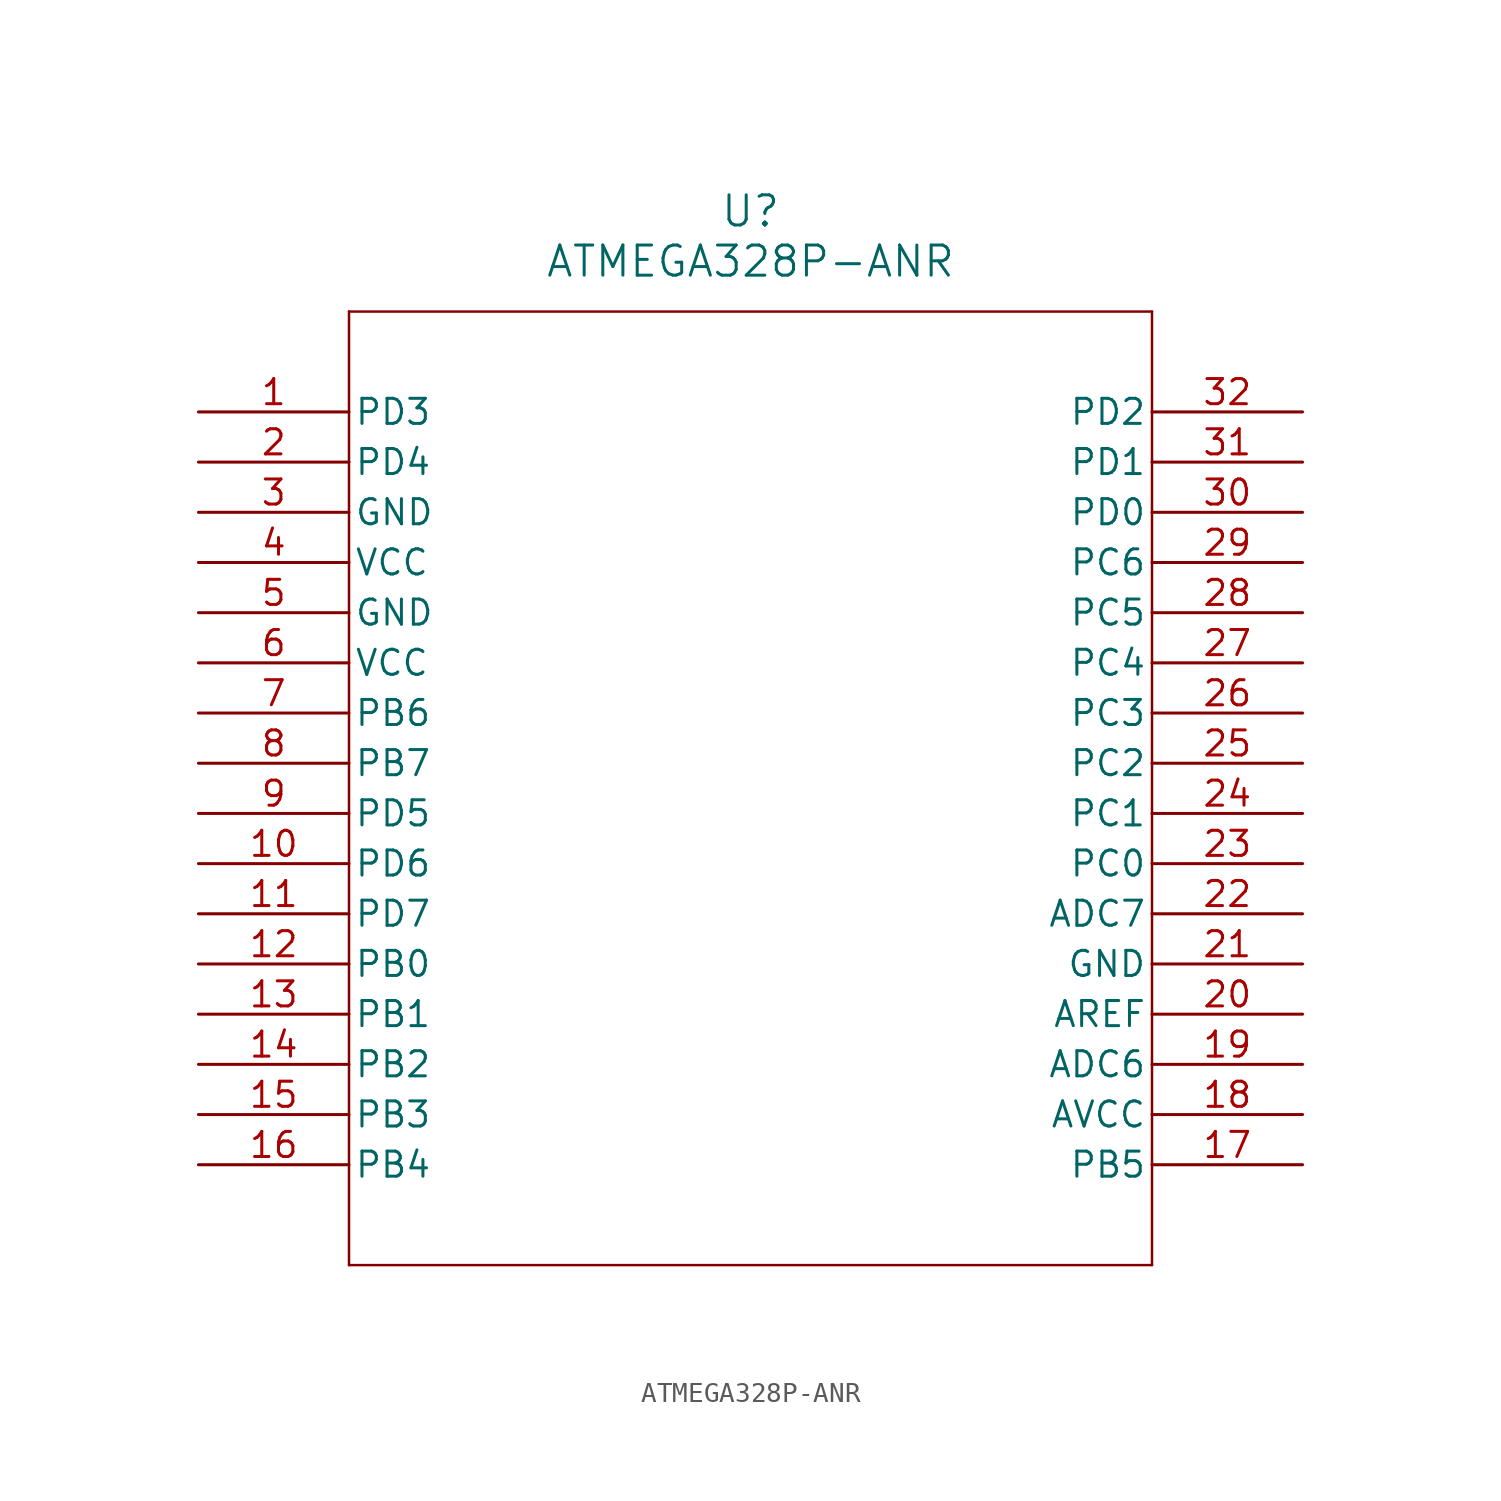
<source format=kicad_sym>
(kicad_symbol_lib
  (version 20241209)
  (generator "kicad_symbol_editor")
  (generator_version "9.0")
  (symbol "ATMEGA328P-ANR"
    (pin_names
      (offset 0.254))
    (property "Reference" "U"
      (at 27.94 10.16 0)
      (effects (font (size 1.524 1.524))))
    (property "Value" "ATMEGA328P-ANR"
      (at 27.94 7.62 0)
      (effects (font (size 1.524 1.524))))
    (property "ki_locked" ""
      (at 0 0 0)
      (effects (font (size 1.27 1.27))))
    (symbol "ATMEGA328P-ANR_0_1"
      (polyline (pts (xy 7.62 5.08) (xy 7.62 -43.18)) (stroke (width 0.127) (type default)) (fill (type none)))
      (polyline (pts (xy 7.62 -43.18) (xy 48.26 -43.18)) (stroke (width 0.127) (type default)) (fill (type none)))
      (polyline (pts (xy 48.26 5.08) (xy 7.62 5.08)) (stroke (width 0.127) (type default)) (fill (type none)))
      (polyline (pts (xy 48.26 -43.18) (xy 48.26 5.08)) (stroke (width 0.127) (type default)) (fill (type none)))
      (pin bidirectional line (at 0 0 0) (length 7.62) (name "PD3" (effects (font (size 1.27 1.27)))) (number "1" (effects (font (size 1.27 1.27)))))
      (pin bidirectional line (at 0 -2.54 0) (length 7.62) (name "PD4" (effects (font (size 1.27 1.27)))) (number "2" (effects (font (size 1.27 1.27)))))
      (pin power_in line (at 0 -5.08 0) (length 7.62) (name "GND" (effects (font (size 1.27 1.27)))) (number "3" (effects (font (size 1.27 1.27)))))
      (pin power_in line (at 0 -7.62 0) (length 7.62) (name "VCC" (effects (font (size 1.27 1.27)))) (number "4" (effects (font (size 1.27 1.27)))))
      (pin power_in line (at 0 -10.16 0) (length 7.62) (name "GND" (effects (font (size 1.27 1.27)))) (number "5" (effects (font (size 1.27 1.27)))))
      (pin power_in line (at 0 -12.7 0) (length 7.62) (name "VCC" (effects (font (size 1.27 1.27)))) (number "6" (effects (font (size 1.27 1.27)))))
      (pin bidirectional line (at 0 -22.86 0) (length 7.62) (name "PD6" (effects (font (size 1.27 1.27)))) (number "10" (effects (font (size 1.27 1.27)))))
      (pin bidirectional line (at 0 -25.4 0) (length 7.62) (name "PD7" (effects (font (size 1.27 1.27)))) (number "11" (effects (font (size 1.27 1.27)))))
      (pin bidirectional line (at 0 -27.94 0) (length 7.62) (name "PB0" (effects (font (size 1.27 1.27)))) (number "12" (effects (font (size 1.27 1.27)))))
      (pin bidirectional line (at 0 -30.48 0) (length 7.62) (name "PB1" (effects (font (size 1.27 1.27)))) (number "13" (effects (font (size 1.27 1.27)))))
      (pin bidirectional line (at 55.88 -10.16 180) (length 7.62) (name "PC5" (effects (font (size 1.27 1.27)))) (number "28" (effects (font (size 1.27 1.27)))))
      (pin bidirectional line (at 55.88 -12.7 180) (length 7.62) (name "PC4" (effects (font (size 1.27 1.27)))) (number "27" (effects (font (size 1.27 1.27)))))
      (pin bidirectional line (at 55.88 -15.24 180) (length 7.62) (name "PC3" (effects (font (size 1.27 1.27)))) (number "26" (effects (font (size 1.27 1.27)))))
      (pin bidirectional line (at 55.88 -17.78 180) (length 7.62) (name "PC2" (effects (font (size 1.27 1.27)))) (number "25" (effects (font (size 1.27 1.27)))))
      (pin bidirectional line (at 55.88 -20.32 180) (length 7.62) (name "PC1" (effects (font (size 1.27 1.27)))) (number "24" (effects (font (size 1.27 1.27)))))
      (pin bidirectional line (at 55.88 -22.86 180) (length 7.62) (name "PC0" (effects (font (size 1.27 1.27)))) (number "23" (effects (font (size 1.27 1.27)))))
      (pin unspecified line (at 55.88 -25.4 180) (length 7.62) (name "ADC7" (effects (font (size 1.27 1.27)))) (number "22" (effects (font (size 1.27 1.27)))))
      (pin power_in line (at 55.88 -27.94 180) (length 7.62) (name "GND" (effects (font (size 1.27 1.27)))) (number "21" (effects (font (size 1.27 1.27)))))
      (pin unspecified line (at 55.88 -30.48 180) (length 7.62) (name "AREF" (effects (font (size 1.27 1.27)))) (number "20" (effects (font (size 1.27 1.27)))))
      (pin unspecified line (at 55.88 -33.02 180) (length 7.62) (name "ADC6" (effects (font (size 1.27 1.27)))) (number "19" (effects (font (size 1.27 1.27)))))
      (pin power_in line (at 55.88 -35.56 180) (length 7.62) (name "AVCC" (effects (font (size 1.27 1.27)))) (number "18" (effects (font (size 1.27 1.27))))))
    (symbol "ATMEGA328P-ANR_1_1"
      (pin bidirectional line (at 0 -15.24 0) (length 7.62) (name "PB6" (effects (font (size 1.27 1.27)))) (number "7" (effects (font (size 1.27 1.27)))) (alternate "XTAL1" bidirectional line))
      (pin bidirectional line (at 0 -17.78 0) (length 7.62) (name "PB7" (effects (font (size 1.27 1.27)))) (number "8" (effects (font (size 1.27 1.27)))) (alternate "XTAL2" bidirectional line))
      (pin bidirectional line (at 0 -20.32 0) (length 7.62) (name "PD5" (effects (font (size 1.27 1.27)))) (number "9" (effects (font (size 1.27 1.27)))))
      (pin bidirectional line (at 0 -33.02 0) (length 7.62) (name "PB2" (effects (font (size 1.27 1.27)))) (number "14" (effects (font (size 1.27 1.27)))) (alternate "SS" bidirectional line))
      (pin bidirectional line (at 0 -35.56 0) (length 7.62) (name "PB3" (effects (font (size 1.27 1.27)))) (number "15" (effects (font (size 1.27 1.27)))) (alternate "MOSI" output line))
      (pin bidirectional line (at 0 -38.1 0) (length 7.62) (name "PB4" (effects (font (size 1.27 1.27)))) (number "16" (effects (font (size 1.27 1.27)))) (alternate "MISO" input line))
      (pin bidirectional line (at 55.88 0 180) (length 7.62) (name "PD2" (effects (font (size 1.27 1.27)))) (number "32" (effects (font (size 1.27 1.27)))) (alternate "INT0" bidirectional line) (alternate "PCINT18" bidirectional line))
      (pin bidirectional line (at 55.88 -2.54 180) (length 7.62) (name "PD1" (effects (font (size 1.27 1.27)))) (number "31" (effects (font (size 1.27 1.27)))) (alternate "PCINT17" bidirectional line) (alternate "TXD" output line))
      (pin bidirectional line (at 55.88 -5.08 180) (length 7.62) (name "PD0" (effects (font (size 1.27 1.27)))) (number "30" (effects (font (size 1.27 1.27)))) (alternate "PCINT16" bidirectional line) (alternate "RXD" input line))
      (pin bidirectional line (at 55.88 -7.62 180) (length 7.62) (name "PC6" (effects (font (size 1.27 1.27)))) (number "29" (effects (font (size 1.27 1.27)))) (alternate "RESET" bidirectional line))
      (pin bidirectional line (at 55.88 -38.1 180) (length 7.62) (name "PB5" (effects (font (size 1.27 1.27)))) (number "17" (effects (font (size 1.27 1.27)))) (alternate "SCK" bidirectional line)))))
</source>
